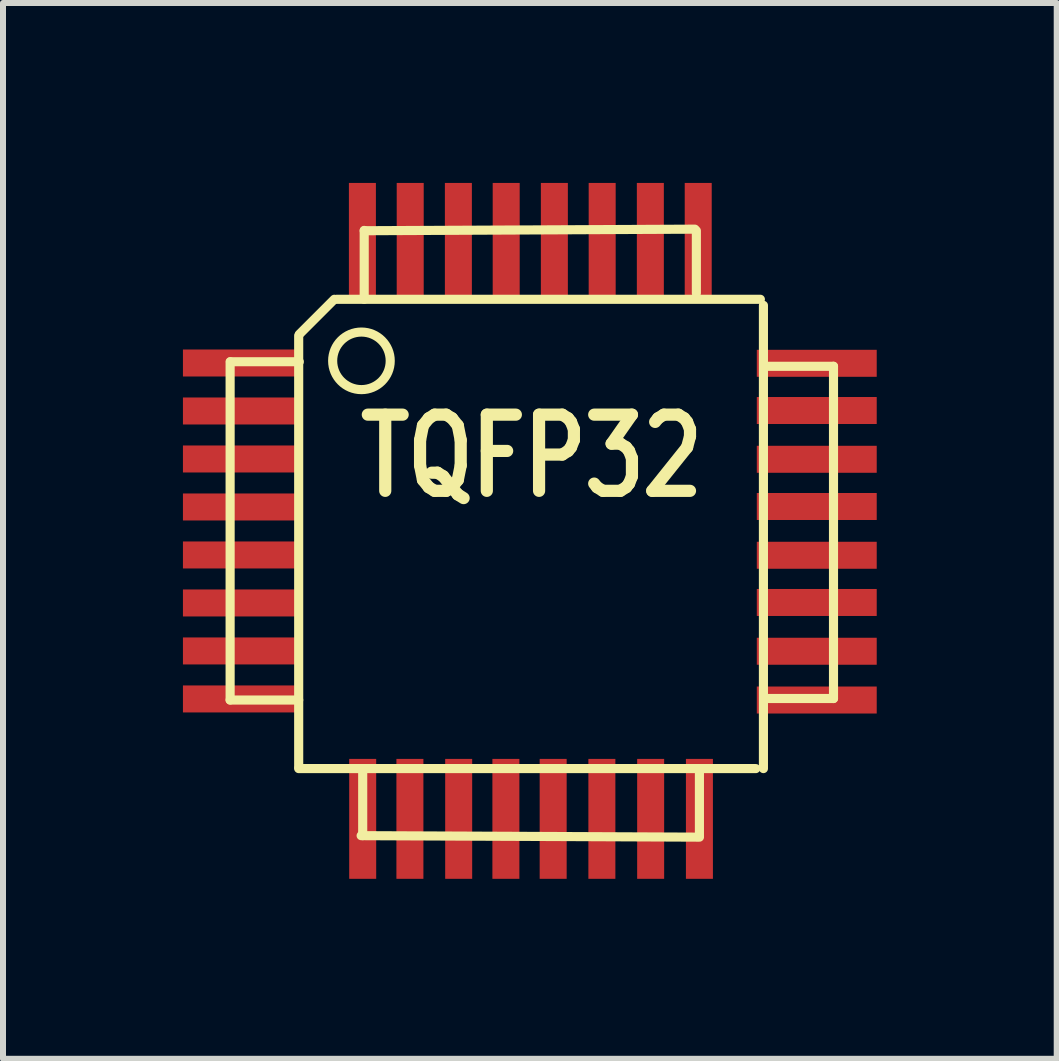
<source format=kicad_pcb>
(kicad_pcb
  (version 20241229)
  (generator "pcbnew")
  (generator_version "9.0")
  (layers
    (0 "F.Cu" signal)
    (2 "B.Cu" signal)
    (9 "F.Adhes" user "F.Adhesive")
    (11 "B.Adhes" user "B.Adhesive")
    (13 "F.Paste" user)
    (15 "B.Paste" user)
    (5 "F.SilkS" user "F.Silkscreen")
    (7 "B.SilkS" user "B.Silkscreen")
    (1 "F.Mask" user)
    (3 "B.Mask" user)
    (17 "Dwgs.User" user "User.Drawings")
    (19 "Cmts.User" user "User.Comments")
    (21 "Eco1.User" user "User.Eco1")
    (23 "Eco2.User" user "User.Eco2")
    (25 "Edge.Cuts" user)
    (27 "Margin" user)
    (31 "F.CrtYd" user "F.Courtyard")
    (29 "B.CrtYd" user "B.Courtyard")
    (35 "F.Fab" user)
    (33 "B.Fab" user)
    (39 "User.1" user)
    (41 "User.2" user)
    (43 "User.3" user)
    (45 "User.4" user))
  (footprint "TQFP32"
    (layer "F.Cu")
    (at 5.815 5.825)
    (property "Reference" "TQFP32" (at 0 -1.27 0) (layer "F.SilkS") (effects (font (size 1.27 1.016) (thickness 0.203))))
    (attr through_hole)
    (fp_line (start -5.029 -2.845) (end -5.029 2.794) (stroke (width 0.152) (type solid)) (layer "F.SilkS"))
    (fp_line (start -5.029 2.794) (end -3.886 2.794) (stroke (width 0.152) (type solid)) (layer "F.SilkS"))
    (fp_line (start -5.024 -2.845) (end -3.876 -2.845) (stroke (width 0.152) (type solid)) (layer "F.SilkS"))
    (fp_line (start -3.886 -3.277) (end -3.886 3.912) (stroke (width 0.152) (type solid)) (layer "F.SilkS"))
    (fp_line (start -3.886 3.937) (end 3.734 3.937) (stroke (width 0.152) (type solid)) (layer "F.SilkS"))
    (fp_line (start -3.876 -3.302) (end -3.292 -3.886) (stroke (width 0.152) (type solid)) (layer "F.SilkS"))
    (fp_line (start -3.251 -3.886) (end 3.81 -3.886) (stroke (width 0.152) (type solid)) (layer "F.SilkS"))
    (fp_line (start -2.845 5.055) (end 2.794 5.08) (stroke (width 0.152) (type solid)) (layer "F.SilkS"))
    (fp_line (start -2.819 3.988) (end -2.819 5.055) (stroke (width 0.152) (type solid)) (layer "F.SilkS"))
    (fp_line (start -2.794 -5.029) (end 2.718 -5.055) (stroke (width 0.152) (type solid)) (layer "F.SilkS"))
    (fp_line (start -2.794 -3.886) (end -2.794 -5.034) (stroke (width 0.152) (type solid)) (layer "F.SilkS"))
    (fp_line (start 2.743 -5.029) (end 2.743 -3.988) (stroke (width 0.152) (type solid)) (layer "F.SilkS"))
    (fp_line (start 2.794 3.962) (end 2.794 5.055) (stroke (width 0.152) (type solid)) (layer "F.SilkS"))
    (fp_line (start 3.861 3.937) (end 3.861 -3.785) (stroke (width 0.152) (type solid)) (layer "F.SilkS"))
    (fp_line (start 5.029 -2.769) (end 3.912 -2.769) (stroke (width 0.152) (type solid)) (layer "F.SilkS"))
    (fp_line (start 5.029 2.769) (end 3.886 2.769) (stroke (width 0.152) (type solid)) (layer "F.SilkS"))
    (fp_line (start 5.029 2.769) (end 5.029 -2.769) (stroke (width 0.152) (type solid)) (layer "F.SilkS"))
    (fp_circle (center -2.84 -2.86) (end -2.433 -2.606) (stroke (width 0.152) (type solid)) (fill no) (layer "F.SilkS"))
    (pad "1" smd rect (at -4.816 -2.824) (size 1.999 0.45) (layers "F.Cu" "F.Mask" "F.Paste"))
    (pad "2" smd rect (at -4.816 -2.024) (size 1.999 0.45) (layers "F.Cu" "F.Mask" "F.Paste"))
    (pad "3" smd rect (at -4.816 -1.224) (size 1.999 0.45) (layers "F.Cu" "F.Mask" "F.Paste"))
    (pad "4" smd rect (at -4.816 -0.424) (size 1.999 0.45) (layers "F.Cu" "F.Mask" "F.Paste"))
    (pad "5" smd rect (at -4.816 0.376) (size 1.999 0.45) (layers "F.Cu" "F.Mask" "F.Paste"))
    (pad "6" smd rect (at -4.816 1.176) (size 1.999 0.45) (layers "F.Cu" "F.Mask" "F.Paste"))
    (pad "7" smd rect (at -4.816 1.976) (size 1.999 0.45) (layers "F.Cu" "F.Mask" "F.Paste"))
    (pad "8" smd rect (at -4.816 2.776) (size 1.999 0.45) (layers "F.Cu" "F.Mask" "F.Paste"))
    (pad "9" smd rect (at -2.819 4.775) (size 0.45 1.999) (layers "F.Cu" "F.Mask" "F.Paste"))
    (pad "10" smd rect (at -2.032 4.775) (size 0.45 1.999) (layers "F.Cu" "F.Mask" "F.Paste"))
    (pad "11" smd rect (at -1.219 4.775) (size 0.45 1.999) (layers "F.Cu" "F.Mask" "F.Paste"))
    (pad "12" smd rect (at -0.432 4.775) (size 0.45 1.999) (layers "F.Cu" "F.Mask" "F.Paste"))
    (pad "13" smd rect (at 0.356 4.775) (size 0.45 1.999) (layers "F.Cu" "F.Mask" "F.Paste"))
    (pad "14" smd rect (at 1.168 4.775) (size 0.45 1.999) (layers "F.Cu" "F.Mask" "F.Paste"))
    (pad "15" smd rect (at 1.981 4.775) (size 0.45 1.999) (layers "F.Cu" "F.Mask" "F.Paste"))
    (pad "16" smd rect (at 2.794 4.775) (size 0.45 1.999) (layers "F.Cu" "F.Mask" "F.Paste"))
    (pad "17" smd rect (at 4.75 2.794) (size 1.999 0.45) (layers "F.Cu" "F.Mask" "F.Paste"))
    (pad "18" smd rect (at 4.75 1.981) (size 1.999 0.45) (layers "F.Cu" "F.Mask" "F.Paste"))
    (pad "19" smd rect (at 4.75 1.168) (size 1.999 0.45) (layers "F.Cu" "F.Mask" "F.Paste"))
    (pad "20" smd rect (at 4.75 0.381) (size 1.999 0.45) (layers "F.Cu" "F.Mask" "F.Paste"))
    (pad "21" smd rect (at 4.75 -0.432) (size 1.999 0.45) (layers "F.Cu" "F.Mask" "F.Paste"))
    (pad "22" smd rect (at 4.75 -1.219) (size 1.999 0.45) (layers "F.Cu" "F.Mask" "F.Paste"))
    (pad "23" smd rect (at 4.75 -2.032) (size 1.999 0.45) (layers "F.Cu" "F.Mask" "F.Paste"))
    (pad "24" smd rect (at 4.75 -2.819) (size 1.999 0.45) (layers "F.Cu" "F.Mask" "F.Paste"))
    (pad "25" smd rect (at 2.774 -4.826) (size 0.45 1.999) (layers "F.Cu" "F.Mask" "F.Paste"))
    (pad "26" smd rect (at 1.976 -4.826) (size 0.45 1.999) (layers "F.Cu" "F.Mask" "F.Paste"))
    (pad "27" smd rect (at 1.173 -4.826) (size 0.45 1.999) (layers "F.Cu" "F.Mask" "F.Paste"))
    (pad "28" smd rect (at 0.376 -4.826) (size 0.45 1.999) (layers "F.Cu" "F.Mask" "F.Paste"))
    (pad "29" smd rect (at -0.427 -4.826) (size 0.45 1.999) (layers "F.Cu" "F.Mask" "F.Paste"))
    (pad "30" smd rect (at -1.224 -4.826) (size 0.45 1.999) (layers "F.Cu" "F.Mask" "F.Paste"))
    (pad "31" smd rect (at -2.027 -4.826) (size 0.45 1.999) (layers "F.Cu" "F.Mask" "F.Paste"))
    (pad "32" smd rect (at -2.824 -4.826) (size 0.45 1.999) (layers "F.Cu" "F.Mask" "F.Paste")))
  (gr_rect
    (start -3 -3)
    (end 14.565 14.6)
    (stroke (width 0.1) (type default))
    (fill no)
    (layer "Edge.Cuts")))
</source>
